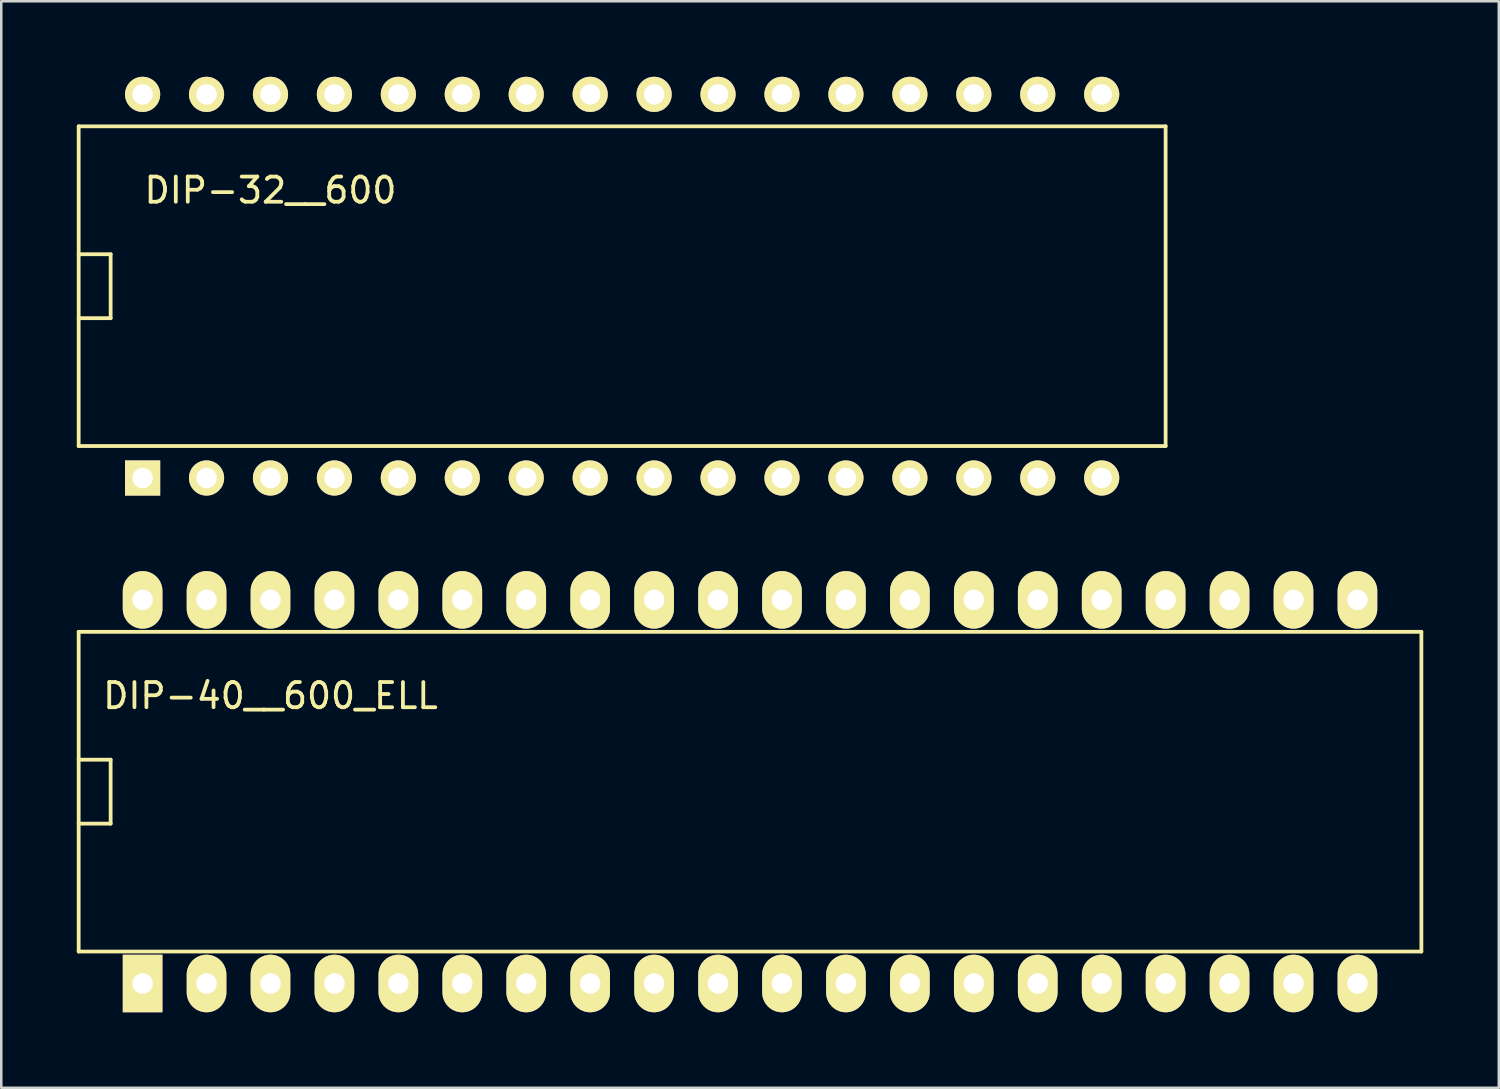
<source format=kicad_pcb>
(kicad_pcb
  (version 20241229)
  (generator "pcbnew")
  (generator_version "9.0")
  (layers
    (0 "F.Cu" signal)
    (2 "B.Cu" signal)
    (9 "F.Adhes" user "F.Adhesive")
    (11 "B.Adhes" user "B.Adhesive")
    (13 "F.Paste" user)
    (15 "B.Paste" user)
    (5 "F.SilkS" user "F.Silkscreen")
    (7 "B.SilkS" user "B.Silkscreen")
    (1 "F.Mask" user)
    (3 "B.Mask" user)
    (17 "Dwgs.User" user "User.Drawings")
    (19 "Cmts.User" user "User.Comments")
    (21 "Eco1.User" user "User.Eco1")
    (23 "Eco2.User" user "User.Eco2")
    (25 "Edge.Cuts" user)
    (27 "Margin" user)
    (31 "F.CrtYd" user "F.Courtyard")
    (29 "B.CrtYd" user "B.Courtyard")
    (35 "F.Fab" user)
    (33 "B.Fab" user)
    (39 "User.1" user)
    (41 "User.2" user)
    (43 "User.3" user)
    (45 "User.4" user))
  (footprint "DIP-32__600"
    (layer "F.Cu")
    (at 21.665 8.319)
    (property "Reference" "DIP-32__600" (at -13.97 -3.81 0) (layer "F.SilkS") (effects (font (size 1 1) (thickness 0.15))))
    (attr through_hole)
    (fp_line (start -21.59 -6.35) (end 21.59 -6.35) (stroke (width 0.15) (type solid)) (layer "F.SilkS"))
    (fp_line (start -21.59 1.27) (end -20.32 1.27) (stroke (width 0.15) (type solid)) (layer "F.SilkS"))
    (fp_line (start -21.59 6.35) (end -21.59 -6.35) (stroke (width 0.15) (type solid)) (layer "F.SilkS"))
    (fp_line (start -20.32 -1.27) (end -21.59 -1.27) (stroke (width 0.15) (type solid)) (layer "F.SilkS"))
    (fp_line (start -20.32 1.27) (end -20.32 -1.27) (stroke (width 0.15) (type solid)) (layer "F.SilkS"))
    (fp_line (start 21.59 -6.35) (end 21.59 6.35) (stroke (width 0.15) (type solid)) (layer "F.SilkS"))
    (fp_line (start 21.59 6.35) (end -21.59 6.35) (stroke (width 0.15) (type solid)) (layer "F.SilkS"))
    (pad "1" thru_hole rect (at -19.05 7.62) (size 1.397 1.397) (drill 0.813) (layers "*.Cu" "*.Mask" "F.SilkS"))
    (pad "2" thru_hole circle (at -16.51 7.62) (size 1.397 1.397) (drill 0.813) (layers "*.Cu" "*.Mask" "F.SilkS"))
    (pad "3" thru_hole circle (at -13.97 7.62) (size 1.397 1.397) (drill 0.813) (layers "*.Cu" "*.Mask" "F.SilkS"))
    (pad "4" thru_hole circle (at -11.43 7.62) (size 1.397 1.397) (drill 0.813) (layers "*.Cu" "*.Mask" "F.SilkS"))
    (pad "5" thru_hole circle (at -8.89 7.62) (size 1.397 1.397) (drill 0.813) (layers "*.Cu" "*.Mask" "F.SilkS"))
    (pad "6" thru_hole circle (at -6.35 7.62) (size 1.397 1.397) (drill 0.813) (layers "*.Cu" "*.Mask" "F.SilkS"))
    (pad "7" thru_hole circle (at -3.81 7.62) (size 1.397 1.397) (drill 0.813) (layers "*.Cu" "*.Mask" "F.SilkS"))
    (pad "8" thru_hole circle (at -1.27 7.62) (size 1.397 1.397) (drill 0.813) (layers "*.Cu" "*.Mask" "F.SilkS"))
    (pad "9" thru_hole circle (at 1.27 7.62) (size 1.397 1.397) (drill 0.813) (layers "*.Cu" "*.Mask" "F.SilkS"))
    (pad "10" thru_hole circle (at 3.81 7.62) (size 1.397 1.397) (drill 0.813) (layers "*.Cu" "*.Mask" "F.SilkS"))
    (pad "11" thru_hole circle (at 6.35 7.62) (size 1.397 1.397) (drill 0.813) (layers "*.Cu" "*.Mask" "F.SilkS"))
    (pad "12" thru_hole circle (at 8.89 7.62) (size 1.397 1.397) (drill 0.813) (layers "*.Cu" "*.Mask" "F.SilkS"))
    (pad "13" thru_hole circle (at 11.43 7.62) (size 1.397 1.397) (drill 0.813) (layers "*.Cu" "*.Mask" "F.SilkS"))
    (pad "14" thru_hole circle (at 13.97 7.62) (size 1.397 1.397) (drill 0.813) (layers "*.Cu" "*.Mask" "F.SilkS"))
    (pad "15" thru_hole circle (at 16.51 7.62) (size 1.397 1.397) (drill 0.813) (layers "*.Cu" "*.Mask" "F.SilkS"))
    (pad "16" thru_hole circle (at 19.05 7.62) (size 1.397 1.397) (drill 0.813) (layers "*.Cu" "*.Mask" "F.SilkS"))
    (pad "17" thru_hole circle (at 19.05 -7.62) (size 1.397 1.397) (drill 0.813) (layers "*.Cu" "*.Mask" "F.SilkS"))
    (pad "18" thru_hole circle (at 16.51 -7.62) (size 1.397 1.397) (drill 0.813) (layers "*.Cu" "*.Mask" "F.SilkS"))
    (pad "19" thru_hole circle (at 13.97 -7.62) (size 1.397 1.397) (drill 0.813) (layers "*.Cu" "*.Mask" "F.SilkS"))
    (pad "20" thru_hole circle (at 11.43 -7.62) (size 1.397 1.397) (drill 0.813) (layers "*.Cu" "*.Mask" "F.SilkS"))
    (pad "21" thru_hole circle (at 8.89 -7.62) (size 1.397 1.397) (drill 0.813) (layers "*.Cu" "*.Mask" "F.SilkS"))
    (pad "22" thru_hole circle (at 6.35 -7.62) (size 1.397 1.397) (drill 0.813) (layers "*.Cu" "*.Mask" "F.SilkS"))
    (pad "23" thru_hole circle (at 3.81 -7.62) (size 1.397 1.397) (drill 0.813) (layers "*.Cu" "*.Mask" "F.SilkS"))
    (pad "24" thru_hole circle (at 1.27 -7.62) (size 1.397 1.397) (drill 0.813) (layers "*.Cu" "*.Mask" "F.SilkS"))
    (pad "25" thru_hole circle (at -1.27 -7.62) (size 1.397 1.397) (drill 0.813) (layers "*.Cu" "*.Mask" "F.SilkS"))
    (pad "26" thru_hole circle (at -3.81 -7.62) (size 1.397 1.397) (drill 0.813) (layers "*.Cu" "*.Mask" "F.SilkS"))
    (pad "27" thru_hole circle (at -6.35 -7.62) (size 1.397 1.397) (drill 0.813) (layers "*.Cu" "*.Mask" "F.SilkS"))
    (pad "28" thru_hole circle (at -8.89 -7.62) (size 1.397 1.397) (drill 0.813) (layers "*.Cu" "*.Mask" "F.SilkS"))
    (pad "29" thru_hole circle (at -11.43 -7.62) (size 1.397 1.397) (drill 0.813) (layers "*.Cu" "*.Mask" "F.SilkS"))
    (pad "30" thru_hole circle (at -13.97 -7.62) (size 1.397 1.397) (drill 0.813) (layers "*.Cu" "*.Mask" "F.SilkS"))
    (pad "31" thru_hole circle (at -16.51 -7.62) (size 1.397 1.397) (drill 0.813) (layers "*.Cu" "*.Mask" "F.SilkS"))
    (pad "32" thru_hole circle (at -19.05 -7.62) (size 1.397 1.397) (drill 0.813) (layers "*.Cu" "*.Mask" "F.SilkS")))
  (footprint "DIP-40__600_ELL"
    (layer "F.Cu")
    (at 26.745 28.4)
    (property "Reference" "DIP-40__600_ELL" (at -19.05 -3.81 0) (layer "F.SilkS") (effects (font (size 1 1) (thickness 0.15))))
    (attr through_hole)
    (fp_line (start -26.67 -6.35) (end 26.67 -6.35) (stroke (width 0.15) (type solid)) (layer "F.SilkS"))
    (fp_line (start -26.67 -1.27) (end -25.4 -1.27) (stroke (width 0.15) (type solid)) (layer "F.SilkS"))
    (fp_line (start -26.67 6.35) (end -26.67 -6.35) (stroke (width 0.15) (type solid)) (layer "F.SilkS"))
    (fp_line (start -25.4 -1.27) (end -25.4 1.27) (stroke (width 0.15) (type solid)) (layer "F.SilkS"))
    (fp_line (start -25.4 1.27) (end -26.67 1.27) (stroke (width 0.15) (type solid)) (layer "F.SilkS"))
    (fp_line (start 26.67 -6.35) (end 26.67 6.35) (stroke (width 0.15) (type solid)) (layer "F.SilkS"))
    (fp_line (start 26.67 6.35) (end -26.67 6.35) (stroke (width 0.15) (type solid)) (layer "F.SilkS"))
    (pad "1" thru_hole rect (at -24.13 7.62) (size 1.575 2.286) (drill 0.813) (layers "*.Cu" "*.Mask" "F.SilkS"))
    (pad "2" thru_hole oval (at -21.59 7.62) (size 1.575 2.286) (drill 0.813) (layers "*.Cu" "*.Mask" "F.SilkS"))
    (pad "3" thru_hole oval (at -19.05 7.62) (size 1.575 2.286) (drill 0.813) (layers "*.Cu" "*.Mask" "F.SilkS"))
    (pad "4" thru_hole oval (at -16.51 7.62) (size 1.575 2.286) (drill 0.813) (layers "*.Cu" "*.Mask" "F.SilkS"))
    (pad "5" thru_hole oval (at -13.97 7.62) (size 1.575 2.286) (drill 0.813) (layers "*.Cu" "*.Mask" "F.SilkS"))
    (pad "6" thru_hole oval (at -11.43 7.62) (size 1.575 2.286) (drill 0.813) (layers "*.Cu" "*.Mask" "F.SilkS"))
    (pad "7" thru_hole oval (at -8.89 7.62) (size 1.575 2.286) (drill 0.813) (layers "*.Cu" "*.Mask" "F.SilkS"))
    (pad "8" thru_hole oval (at -6.35 7.62) (size 1.575 2.286) (drill 0.813) (layers "*.Cu" "*.Mask" "F.SilkS"))
    (pad "9" thru_hole oval (at -3.81 7.62) (size 1.575 2.286) (drill 0.813) (layers "*.Cu" "*.Mask" "F.SilkS"))
    (pad "10" thru_hole oval (at -1.27 7.62) (size 1.575 2.286) (drill 0.813) (layers "*.Cu" "*.Mask" "F.SilkS"))
    (pad "11" thru_hole oval (at 1.27 7.62) (size 1.575 2.286) (drill 0.813) (layers "*.Cu" "*.Mask" "F.SilkS"))
    (pad "12" thru_hole oval (at 3.81 7.62) (size 1.575 2.286) (drill 0.813) (layers "*.Cu" "*.Mask" "F.SilkS"))
    (pad "13" thru_hole oval (at 6.35 7.62) (size 1.575 2.286) (drill 0.813) (layers "*.Cu" "*.Mask" "F.SilkS"))
    (pad "14" thru_hole oval (at 8.89 7.62) (size 1.575 2.286) (drill 0.813) (layers "*.Cu" "*.Mask" "F.SilkS"))
    (pad "15" thru_hole oval (at 11.43 7.62) (size 1.575 2.286) (drill 0.813) (layers "*.Cu" "*.Mask" "F.SilkS"))
    (pad "16" thru_hole oval (at 13.97 7.62) (size 1.575 2.286) (drill 0.813) (layers "*.Cu" "*.Mask" "F.SilkS"))
    (pad "17" thru_hole oval (at 16.51 7.62) (size 1.575 2.286) (drill 0.813) (layers "*.Cu" "*.Mask" "F.SilkS"))
    (pad "18" thru_hole oval (at 19.05 7.62) (size 1.575 2.286) (drill 0.813) (layers "*.Cu" "*.Mask" "F.SilkS"))
    (pad "19" thru_hole oval (at 21.59 7.62) (size 1.575 2.286) (drill 0.813) (layers "*.Cu" "*.Mask" "F.SilkS"))
    (pad "20" thru_hole oval (at 24.13 7.62) (size 1.575 2.286) (drill 0.813) (layers "*.Cu" "*.Mask" "F.SilkS"))
    (pad "21" thru_hole oval (at 24.13 -7.62) (size 1.575 2.286) (drill 0.813) (layers "*.Cu" "*.Mask" "F.SilkS"))
    (pad "22" thru_hole oval (at 21.59 -7.62) (size 1.575 2.286) (drill 0.813) (layers "*.Cu" "*.Mask" "F.SilkS"))
    (pad "23" thru_hole oval (at 19.05 -7.62) (size 1.575 2.286) (drill 0.813) (layers "*.Cu" "*.Mask" "F.SilkS"))
    (pad "24" thru_hole oval (at 16.51 -7.62) (size 1.575 2.286) (drill 0.813) (layers "*.Cu" "*.Mask" "F.SilkS"))
    (pad "25" thru_hole oval (at 13.97 -7.62) (size 1.575 2.286) (drill 0.813) (layers "*.Cu" "*.Mask" "F.SilkS"))
    (pad "26" thru_hole oval (at 11.43 -7.62) (size 1.575 2.286) (drill 0.813) (layers "*.Cu" "*.Mask" "F.SilkS"))
    (pad "27" thru_hole oval (at 8.89 -7.62) (size 1.575 2.286) (drill 0.813) (layers "*.Cu" "*.Mask" "F.SilkS"))
    (pad "28" thru_hole oval (at 6.35 -7.62) (size 1.575 2.286) (drill 0.813) (layers "*.Cu" "*.Mask" "F.SilkS"))
    (pad "29" thru_hole oval (at 3.81 -7.62) (size 1.575 2.286) (drill 0.813) (layers "*.Cu" "*.Mask" "F.SilkS"))
    (pad "30" thru_hole oval (at 1.27 -7.62) (size 1.575 2.286) (drill 0.813) (layers "*.Cu" "*.Mask" "F.SilkS"))
    (pad "31" thru_hole oval (at -1.27 -7.62) (size 1.575 2.286) (drill 0.813) (layers "*.Cu" "*.Mask" "F.SilkS"))
    (pad "32" thru_hole oval (at -3.81 -7.62) (size 1.575 2.286) (drill 0.813) (layers "*.Cu" "*.Mask" "F.SilkS"))
    (pad "33" thru_hole oval (at -6.35 -7.62) (size 1.575 2.286) (drill 0.813) (layers "*.Cu" "*.Mask" "F.SilkS"))
    (pad "34" thru_hole oval (at -8.89 -7.62) (size 1.575 2.286) (drill 0.813) (layers "*.Cu" "*.Mask" "F.SilkS"))
    (pad "35" thru_hole oval (at -11.43 -7.62) (size 1.575 2.286) (drill 0.813) (layers "*.Cu" "*.Mask" "F.SilkS"))
    (pad "36" thru_hole oval (at -13.97 -7.62) (size 1.575 2.286) (drill 0.813) (layers "*.Cu" "*.Mask" "F.SilkS"))
    (pad "37" thru_hole oval (at -16.51 -7.62) (size 1.575 2.286) (drill 0.813) (layers "*.Cu" "*.Mask" "F.SilkS"))
    (pad "38" thru_hole oval (at -19.05 -7.62) (size 1.575 2.286) (drill 0.813) (layers "*.Cu" "*.Mask" "F.SilkS"))
    (pad "39" thru_hole oval (at -21.59 -7.62) (size 1.575 2.286) (drill 0.813) (layers "*.Cu" "*.Mask" "F.SilkS"))
    (pad "40" thru_hole oval (at -24.13 -7.62) (size 1.575 2.286) (drill 0.813) (layers "*.Cu" "*.Mask" "F.SilkS")))
  (gr_rect
    (start -3 -3)
    (end 56.49 40.163)
    (stroke (width 0.1) (type default))
    (fill no)
    (layer "Edge.Cuts")))
</source>
